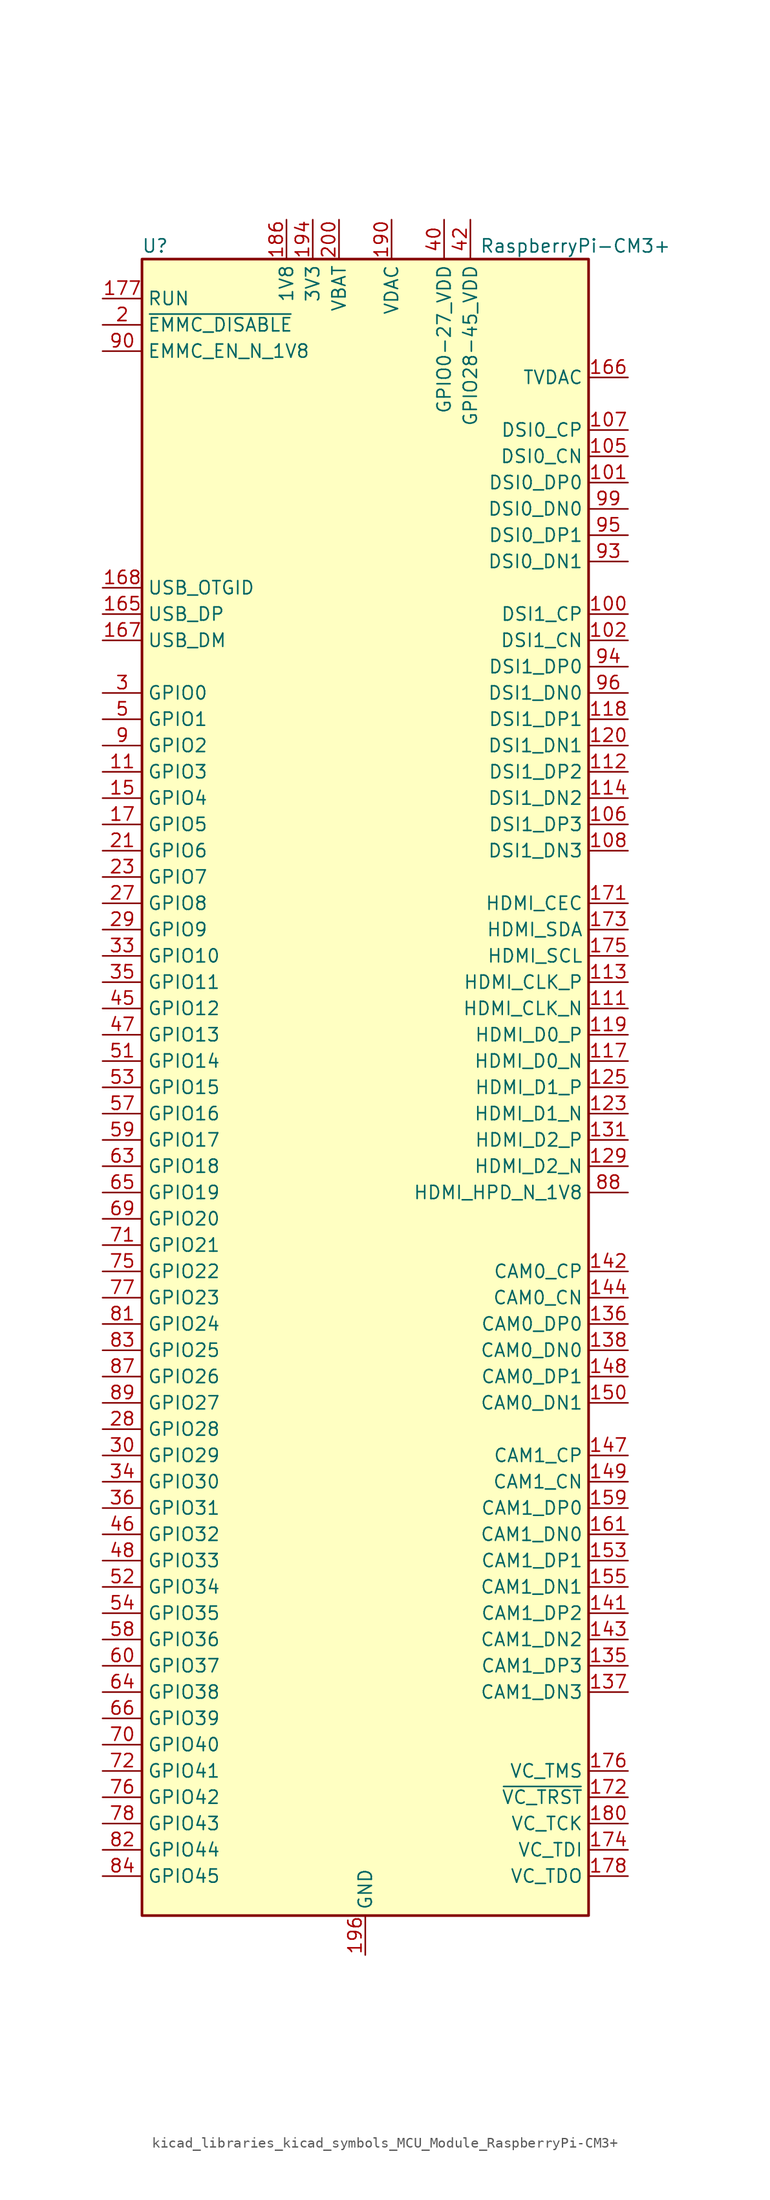
<source format=kicad_sym>
(kicad_symbol_lib
  (version 20220914)
  (generator kicad_symbol_editor)
  (symbol "kicad_libraries_kicad_symbols_MCU_Module_RaspberryPi-CM3+"
    (property "Reference" "U"
      (at -20.32 81.28 0)
      (effects (font (size 1.27 1.27))))
    (property "Value" "RaspberryPi-CM3+"
      (at 20.32 81.28 0)
      (effects (font (size 1.27 1.27))))
    (symbol "kicad_libraries_kicad_symbols_MCU_Module_RaspberryPi-CM3+_0_1"
      (rectangle (start -21.59 80.01) (end 21.59 -80.01) (stroke (width 0.254) (type default)) (fill (type background))))
    (symbol "kicad_libraries_kicad_symbols_MCU_Module_RaspberryPi-CM3+_1_1"
      (pin passive line (at 0 -83.82 90) (length 3.81) hide (name "GND" (effects (font (size 1.27 1.27)))) (number "1" (effects (font (size 1.27 1.27)))))
      (pin no_connect line (at -20.32 66.04 0) (length 2.54) hide (name "NC" (effects (font (size 1.27 1.27)))) (number "10" (effects (font (size 1.27 1.27)))))
      (pin output line (at 25.4 45.72 180) (length 3.81) (name "DSI1_CP" (effects (font (size 1.27 1.27)))) (number "100" (effects (font (size 1.27 1.27)))))
      (pin output line (at 25.4 58.42 180) (length 3.81) (name "DSI0_DP0" (effects (font (size 1.27 1.27)))) (number "101" (effects (font (size 1.27 1.27)))))
      (pin output line (at 25.4 43.18 180) (length 3.81) (name "DSI1_CN" (effects (font (size 1.27 1.27)))) (number "102" (effects (font (size 1.27 1.27)))))
      (pin passive line (at 0 -83.82 90) (length 3.81) hide (name "GND" (effects (font (size 1.27 1.27)))) (number "103" (effects (font (size 1.27 1.27)))))
      (pin passive line (at 0 -83.82 90) (length 3.81) hide (name "GND" (effects (font (size 1.27 1.27)))) (number "104" (effects (font (size 1.27 1.27)))))
      (pin output line (at 25.4 60.96 180) (length 3.81) (name "DSI0_CN" (effects (font (size 1.27 1.27)))) (number "105" (effects (font (size 1.27 1.27)))))
      (pin output line (at 25.4 25.4 180) (length 3.81) (name "DSI1_DP3" (effects (font (size 1.27 1.27)))) (number "106" (effects (font (size 1.27 1.27)))))
      (pin output line (at 25.4 63.5 180) (length 3.81) (name "DSI0_CP" (effects (font (size 1.27 1.27)))) (number "107" (effects (font (size 1.27 1.27)))))
      (pin output line (at 25.4 22.86 180) (length 3.81) (name "DSI1_DN3" (effects (font (size 1.27 1.27)))) (number "108" (effects (font (size 1.27 1.27)))))
      (pin passive line (at 0 -83.82 90) (length 3.81) hide (name "GND" (effects (font (size 1.27 1.27)))) (number "109" (effects (font (size 1.27 1.27)))))
      (pin bidirectional line (at -25.4 30.48 0) (length 3.81) (name "GPIO3" (effects (font (size 1.27 1.27)))) (number "11" (effects (font (size 1.27 1.27)))))
      (pin passive line (at 0 -83.82 90) (length 3.81) hide (name "GND" (effects (font (size 1.27 1.27)))) (number "110" (effects (font (size 1.27 1.27)))))
      (pin output line (at 25.4 7.62 180) (length 3.81) (name "HDMI_CLK_N" (effects (font (size 1.27 1.27)))) (number "111" (effects (font (size 1.27 1.27)))))
      (pin output line (at 25.4 30.48 180) (length 3.81) (name "DSI1_DP2" (effects (font (size 1.27 1.27)))) (number "112" (effects (font (size 1.27 1.27)))))
      (pin output line (at 25.4 10.16 180) (length 3.81) (name "HDMI_CLK_P" (effects (font (size 1.27 1.27)))) (number "113" (effects (font (size 1.27 1.27)))))
      (pin output line (at 25.4 27.94 180) (length 3.81) (name "DSI1_DN2" (effects (font (size 1.27 1.27)))) (number "114" (effects (font (size 1.27 1.27)))))
      (pin passive line (at 0 -83.82 90) (length 3.81) hide (name "GND" (effects (font (size 1.27 1.27)))) (number "115" (effects (font (size 1.27 1.27)))))
      (pin passive line (at 0 -83.82 90) (length 3.81) hide (name "GND" (effects (font (size 1.27 1.27)))) (number "116" (effects (font (size 1.27 1.27)))))
      (pin output line (at 25.4 2.54 180) (length 3.81) (name "HDMI_D0_N" (effects (font (size 1.27 1.27)))) (number "117" (effects (font (size 1.27 1.27)))))
      (pin output line (at 25.4 35.56 180) (length 3.81) (name "DSI1_DP1" (effects (font (size 1.27 1.27)))) (number "118" (effects (font (size 1.27 1.27)))))
      (pin output line (at 25.4 5.08 180) (length 3.81) (name "HDMI_D0_P" (effects (font (size 1.27 1.27)))) (number "119" (effects (font (size 1.27 1.27)))))
      (pin no_connect line (at -20.32 63.5 0) (length 2.54) hide (name "NC" (effects (font (size 1.27 1.27)))) (number "12" (effects (font (size 1.27 1.27)))))
      (pin output line (at 25.4 33.02 180) (length 3.81) (name "DSI1_DN1" (effects (font (size 1.27 1.27)))) (number "120" (effects (font (size 1.27 1.27)))))
      (pin passive line (at 0 -83.82 90) (length 3.81) hide (name "GND" (effects (font (size 1.27 1.27)))) (number "121" (effects (font (size 1.27 1.27)))))
      (pin passive line (at 0 -83.82 90) (length 3.81) hide (name "GND" (effects (font (size 1.27 1.27)))) (number "122" (effects (font (size 1.27 1.27)))))
      (pin output line (at 25.4 -2.54 180) (length 3.81) (name "HDMI_D1_N" (effects (font (size 1.27 1.27)))) (number "123" (effects (font (size 1.27 1.27)))))
      (pin no_connect line (at 20.32 76.2 180) (length 2.54) hide (name "NC" (effects (font (size 1.27 1.27)))) (number "124" (effects (font (size 1.27 1.27)))))
      (pin output line (at 25.4 0 180) (length 3.81) (name "HDMI_D1_P" (effects (font (size 1.27 1.27)))) (number "125" (effects (font (size 1.27 1.27)))))
      (pin no_connect line (at 20.32 73.66 180) (length 2.54) hide (name "NC" (effects (font (size 1.27 1.27)))) (number "126" (effects (font (size 1.27 1.27)))))
      (pin passive line (at 0 -83.82 90) (length 3.81) hide (name "GND" (effects (font (size 1.27 1.27)))) (number "127" (effects (font (size 1.27 1.27)))))
      (pin no_connect line (at 20.32 71.12 180) (length 2.54) hide (name "NC" (effects (font (size 1.27 1.27)))) (number "128" (effects (font (size 1.27 1.27)))))
      (pin output line (at 25.4 -7.62 180) (length 3.81) (name "HDMI_D2_N" (effects (font (size 1.27 1.27)))) (number "129" (effects (font (size 1.27 1.27)))))
      (pin passive line (at 0 -83.82 90) (length 3.81) hide (name "GND" (effects (font (size 1.27 1.27)))) (number "13" (effects (font (size 1.27 1.27)))))
      (pin no_connect line (at 20.32 66.04 180) (length 2.54) hide (name "NC" (effects (font (size 1.27 1.27)))) (number "130" (effects (font (size 1.27 1.27)))))
      (pin output line (at 25.4 -5.08 180) (length 3.81) (name "HDMI_D2_P" (effects (font (size 1.27 1.27)))) (number "131" (effects (font (size 1.27 1.27)))))
      (pin no_connect line (at 20.32 48.26 180) (length 2.54) hide (name "NC" (effects (font (size 1.27 1.27)))) (number "132" (effects (font (size 1.27 1.27)))))
      (pin passive line (at 0 -83.82 90) (length 3.81) hide (name "GND" (effects (font (size 1.27 1.27)))) (number "133" (effects (font (size 1.27 1.27)))))
      (pin passive line (at 0 -83.82 90) (length 3.81) hide (name "GND" (effects (font (size 1.27 1.27)))) (number "134" (effects (font (size 1.27 1.27)))))
      (pin input line (at 25.4 -55.88 180) (length 3.81) (name "CAM1_DP3" (effects (font (size 1.27 1.27)))) (number "135" (effects (font (size 1.27 1.27)))))
      (pin input line (at 25.4 -22.86 180) (length 3.81) (name "CAM0_DP0" (effects (font (size 1.27 1.27)))) (number "136" (effects (font (size 1.27 1.27)))))
      (pin input line (at 25.4 -58.42 180) (length 3.81) (name "CAM1_DN3" (effects (font (size 1.27 1.27)))) (number "137" (effects (font (size 1.27 1.27)))))
      (pin input line (at 25.4 -25.4 180) (length 3.81) (name "CAM0_DN0" (effects (font (size 1.27 1.27)))) (number "138" (effects (font (size 1.27 1.27)))))
      (pin passive line (at 0 -83.82 90) (length 3.81) hide (name "GND" (effects (font (size 1.27 1.27)))) (number "139" (effects (font (size 1.27 1.27)))))
      (pin passive line (at 0 -83.82 90) (length 3.81) hide (name "GND" (effects (font (size 1.27 1.27)))) (number "14" (effects (font (size 1.27 1.27)))))
      (pin passive line (at 0 -83.82 90) (length 3.81) hide (name "GND" (effects (font (size 1.27 1.27)))) (number "140" (effects (font (size 1.27 1.27)))))
      (pin input line (at 25.4 -50.8 180) (length 3.81) (name "CAM1_DP2" (effects (font (size 1.27 1.27)))) (number "141" (effects (font (size 1.27 1.27)))))
      (pin input line (at 25.4 -17.78 180) (length 3.81) (name "CAM0_CP" (effects (font (size 1.27 1.27)))) (number "142" (effects (font (size 1.27 1.27)))))
      (pin input line (at 25.4 -53.34 180) (length 3.81) (name "CAM1_DN2" (effects (font (size 1.27 1.27)))) (number "143" (effects (font (size 1.27 1.27)))))
      (pin input line (at 25.4 -20.32 180) (length 3.81) (name "CAM0_CN" (effects (font (size 1.27 1.27)))) (number "144" (effects (font (size 1.27 1.27)))))
      (pin passive line (at 0 -83.82 90) (length 3.81) hide (name "GND" (effects (font (size 1.27 1.27)))) (number "145" (effects (font (size 1.27 1.27)))))
      (pin passive line (at 0 -83.82 90) (length 3.81) hide (name "GND" (effects (font (size 1.27 1.27)))) (number "146" (effects (font (size 1.27 1.27)))))
      (pin input line (at 25.4 -35.56 180) (length 3.81) (name "CAM1_CP" (effects (font (size 1.27 1.27)))) (number "147" (effects (font (size 1.27 1.27)))))
      (pin input line (at 25.4 -27.94 180) (length 3.81) (name "CAM0_DP1" (effects (font (size 1.27 1.27)))) (number "148" (effects (font (size 1.27 1.27)))))
      (pin input line (at 25.4 -38.1 180) (length 3.81) (name "CAM1_CN" (effects (font (size 1.27 1.27)))) (number "149" (effects (font (size 1.27 1.27)))))
      (pin bidirectional line (at -25.4 27.94 0) (length 3.81) (name "GPIO4" (effects (font (size 1.27 1.27)))) (number "15" (effects (font (size 1.27 1.27)))))
      (pin input line (at 25.4 -30.48 180) (length 3.81) (name "CAM0_DN1" (effects (font (size 1.27 1.27)))) (number "150" (effects (font (size 1.27 1.27)))))
      (pin passive line (at 0 -83.82 90) (length 3.81) hide (name "GND" (effects (font (size 1.27 1.27)))) (number "151" (effects (font (size 1.27 1.27)))))
      (pin passive line (at 0 -83.82 90) (length 3.81) hide (name "GND" (effects (font (size 1.27 1.27)))) (number "152" (effects (font (size 1.27 1.27)))))
      (pin input line (at 25.4 -45.72 180) (length 3.81) (name "CAM1_DP1" (effects (font (size 1.27 1.27)))) (number "153" (effects (font (size 1.27 1.27)))))
      (pin no_connect line (at 20.32 -15.24 180) (length 2.54) hide (name "NC" (effects (font (size 1.27 1.27)))) (number "154" (effects (font (size 1.27 1.27)))))
      (pin input line (at 25.4 -48.26 180) (length 3.81) (name "CAM1_DN1" (effects (font (size 1.27 1.27)))) (number "155" (effects (font (size 1.27 1.27)))))
      (pin no_connect line (at 20.32 -12.7 180) (length 2.54) hide (name "NC" (effects (font (size 1.27 1.27)))) (number "156" (effects (font (size 1.27 1.27)))))
      (pin passive line (at 0 -83.82 90) (length 3.81) hide (name "GND" (effects (font (size 1.27 1.27)))) (number "157" (effects (font (size 1.27 1.27)))))
      (pin no_connect line (at 20.32 20.32 180) (length 2.54) hide (name "NC" (effects (font (size 1.27 1.27)))) (number "158" (effects (font (size 1.27 1.27)))))
      (pin input line (at 25.4 -40.64 180) (length 3.81) (name "CAM1_DP0" (effects (font (size 1.27 1.27)))) (number "159" (effects (font (size 1.27 1.27)))))
      (pin no_connect line (at -20.32 60.96 0) (length 2.54) hide (name "NC" (effects (font (size 1.27 1.27)))) (number "16" (effects (font (size 1.27 1.27)))))
      (pin no_connect line (at 20.32 -60.96 180) (length 2.54) hide (name "NC" (effects (font (size 1.27 1.27)))) (number "160" (effects (font (size 1.27 1.27)))))
      (pin input line (at 25.4 -43.18 180) (length 3.81) (name "CAM1_DN0" (effects (font (size 1.27 1.27)))) (number "161" (effects (font (size 1.27 1.27)))))
      (pin no_connect line (at 20.32 -63.5 180) (length 2.54) hide (name "NC" (effects (font (size 1.27 1.27)))) (number "162" (effects (font (size 1.27 1.27)))))
      (pin passive line (at 0 -83.82 90) (length 3.81) hide (name "GND" (effects (font (size 1.27 1.27)))) (number "163" (effects (font (size 1.27 1.27)))))
      (pin passive line (at 0 -83.82 90) (length 3.81) hide (name "GND" (effects (font (size 1.27 1.27)))) (number "164" (effects (font (size 1.27 1.27)))))
      (pin bidirectional line (at -25.4 45.72 0) (length 3.81) (name "USB_DP" (effects (font (size 1.27 1.27)))) (number "165" (effects (font (size 1.27 1.27)))))
      (pin output line (at 25.4 68.58 180) (length 3.81) (name "TVDAC" (effects (font (size 1.27 1.27)))) (number "166" (effects (font (size 1.27 1.27)))))
      (pin bidirectional line (at -25.4 43.18 0) (length 3.81) (name "USB_DM" (effects (font (size 1.27 1.27)))) (number "167" (effects (font (size 1.27 1.27)))))
      (pin passive line (at -25.4 48.26 0) (length 3.81) (name "USB_OTGID" (effects (font (size 1.27 1.27)))) (number "168" (effects (font (size 1.27 1.27)))))
      (pin passive line (at 0 -83.82 90) (length 3.81) hide (name "GND" (effects (font (size 1.27 1.27)))) (number "169" (effects (font (size 1.27 1.27)))))
      (pin bidirectional line (at -25.4 25.4 0) (length 3.81) (name "GPIO5" (effects (font (size 1.27 1.27)))) (number "17" (effects (font (size 1.27 1.27)))))
      (pin passive line (at 0 -83.82 90) (length 3.81) hide (name "GND" (effects (font (size 1.27 1.27)))) (number "170" (effects (font (size 1.27 1.27)))))
      (pin bidirectional line (at 25.4 17.78 180) (length 3.81) (name "HDMI_CEC" (effects (font (size 1.27 1.27)))) (number "171" (effects (font (size 1.27 1.27)))))
      (pin input line (at 25.4 -68.58 180) (length 3.81) (name "~{VC_TRST}" (effects (font (size 1.27 1.27)))) (number "172" (effects (font (size 1.27 1.27)))))
      (pin bidirectional line (at 25.4 15.24 180) (length 3.81) (name "HDMI_SDA" (effects (font (size 1.27 1.27)))) (number "173" (effects (font (size 1.27 1.27)))))
      (pin input line (at 25.4 -73.66 180) (length 3.81) (name "VC_TDI" (effects (font (size 1.27 1.27)))) (number "174" (effects (font (size 1.27 1.27)))))
      (pin bidirectional line (at 25.4 12.7 180) (length 3.81) (name "HDMI_SCL" (effects (font (size 1.27 1.27)))) (number "175" (effects (font (size 1.27 1.27)))))
      (pin input line (at 25.4 -66.04 180) (length 3.81) (name "VC_TMS" (effects (font (size 1.27 1.27)))) (number "176" (effects (font (size 1.27 1.27)))))
      (pin input line (at -25.4 76.2 0) (length 3.81) (name "RUN" (effects (font (size 1.27 1.27)))) (number "177" (effects (font (size 1.27 1.27)))))
      (pin output line (at 25.4 -76.2 180) (length 3.81) (name "VC_TDO" (effects (font (size 1.27 1.27)))) (number "178" (effects (font (size 1.27 1.27)))))
      (pin no_connect line (at 0 78.74 270) (length 2.54) hide (name "VDD_CORE_(DO_NOT_CONNECT)" (effects (font (size 1.27 1.27)))) (number "179" (effects (font (size 1.27 1.27)))))
      (pin no_connect line (at -20.32 58.42 0) (length 2.54) hide (name "NC" (effects (font (size 1.27 1.27)))) (number "18" (effects (font (size 1.27 1.27)))))
      (pin input line (at 25.4 -71.12 180) (length 3.81) (name "VC_TCK" (effects (font (size 1.27 1.27)))) (number "180" (effects (font (size 1.27 1.27)))))
      (pin passive line (at 0 -83.82 90) (length 3.81) hide (name "GND" (effects (font (size 1.27 1.27)))) (number "181" (effects (font (size 1.27 1.27)))))
      (pin passive line (at 0 -83.82 90) (length 3.81) hide (name "GND" (effects (font (size 1.27 1.27)))) (number "182" (effects (font (size 1.27 1.27)))))
      (pin passive line (at -7.62 83.82 270) (length 3.81) hide (name "1V8" (effects (font (size 1.27 1.27)))) (number "183" (effects (font (size 1.27 1.27)))))
      (pin passive line (at -7.62 83.82 270) (length 3.81) hide (name "1V8" (effects (font (size 1.27 1.27)))) (number "184" (effects (font (size 1.27 1.27)))))
      (pin passive line (at -7.62 83.82 270) (length 3.81) hide (name "1V8" (effects (font (size 1.27 1.27)))) (number "185" (effects (font (size 1.27 1.27)))))
      (pin power_in line (at -7.62 83.82 270) (length 3.81) (name "1V8" (effects (font (size 1.27 1.27)))) (number "186" (effects (font (size 1.27 1.27)))))
      (pin passive line (at 0 -83.82 90) (length 3.81) hide (name "GND" (effects (font (size 1.27 1.27)))) (number "187" (effects (font (size 1.27 1.27)))))
      (pin passive line (at 0 -83.82 90) (length 3.81) hide (name "GND" (effects (font (size 1.27 1.27)))) (number "188" (effects (font (size 1.27 1.27)))))
      (pin passive line (at 2.54 83.82 270) (length 3.81) hide (name "VDAC" (effects (font (size 1.27 1.27)))) (number "189" (effects (font (size 1.27 1.27)))))
      (pin passive line (at 0 -83.82 90) (length 3.81) hide (name "GND" (effects (font (size 1.27 1.27)))) (number "19" (effects (font (size 1.27 1.27)))))
      (pin power_in line (at 2.54 83.82 270) (length 3.81) (name "VDAC" (effects (font (size 1.27 1.27)))) (number "190" (effects (font (size 1.27 1.27)))))
      (pin passive line (at -5.08 83.82 270) (length 3.81) hide (name "3V3" (effects (font (size 1.27 1.27)))) (number "191" (effects (font (size 1.27 1.27)))))
      (pin passive line (at -5.08 83.82 270) (length 3.81) hide (name "3V3" (effects (font (size 1.27 1.27)))) (number "192" (effects (font (size 1.27 1.27)))))
      (pin passive line (at -5.08 83.82 270) (length 3.81) hide (name "3V3" (effects (font (size 1.27 1.27)))) (number "193" (effects (font (size 1.27 1.27)))))
      (pin power_in line (at -5.08 83.82 270) (length 3.81) (name "3V3" (effects (font (size 1.27 1.27)))) (number "194" (effects (font (size 1.27 1.27)))))
      (pin passive line (at 0 -83.82 90) (length 3.81) hide (name "GND" (effects (font (size 1.27 1.27)))) (number "195" (effects (font (size 1.27 1.27)))))
      (pin power_out line (at 0 -83.82 90) (length 3.81) (name "GND" (effects (font (size 1.27 1.27)))) (number "196" (effects (font (size 1.27 1.27)))))
      (pin passive line (at -2.54 83.82 270) (length 3.81) hide (name "VBAT" (effects (font (size 1.27 1.27)))) (number "197" (effects (font (size 1.27 1.27)))))
      (pin passive line (at -2.54 83.82 270) (length 3.81) hide (name "VBAT" (effects (font (size 1.27 1.27)))) (number "198" (effects (font (size 1.27 1.27)))))
      (pin passive line (at -2.54 83.82 270) (length 3.81) hide (name "VBAT" (effects (font (size 1.27 1.27)))) (number "199" (effects (font (size 1.27 1.27)))))
      (pin input line (at -25.4 73.66 0) (length 3.81) (name "~{EMMC_DISABLE}" (effects (font (size 1.27 1.27)))) (number "2" (effects (font (size 1.27 1.27)))))
      (pin passive line (at 0 -83.82 90) (length 3.81) hide (name "GND" (effects (font (size 1.27 1.27)))) (number "20" (effects (font (size 1.27 1.27)))))
      (pin power_in line (at -2.54 83.82 270) (length 3.81) (name "VBAT" (effects (font (size 1.27 1.27)))) (number "200" (effects (font (size 1.27 1.27)))))
      (pin bidirectional line (at -25.4 22.86 0) (length 3.81) (name "GPIO6" (effects (font (size 1.27 1.27)))) (number "21" (effects (font (size 1.27 1.27)))))
      (pin no_connect line (at -20.32 55.88 0) (length 2.54) hide (name "NC" (effects (font (size 1.27 1.27)))) (number "22" (effects (font (size 1.27 1.27)))))
      (pin bidirectional line (at -25.4 20.32 0) (length 3.81) (name "GPIO7" (effects (font (size 1.27 1.27)))) (number "23" (effects (font (size 1.27 1.27)))))
      (pin no_connect line (at -20.32 53.34 0) (length 2.54) hide (name "NC" (effects (font (size 1.27 1.27)))) (number "24" (effects (font (size 1.27 1.27)))))
      (pin passive line (at 0 -83.82 90) (length 3.81) hide (name "GND" (effects (font (size 1.27 1.27)))) (number "25" (effects (font (size 1.27 1.27)))))
      (pin passive line (at 0 -83.82 90) (length 3.81) hide (name "GND" (effects (font (size 1.27 1.27)))) (number "26" (effects (font (size 1.27 1.27)))))
      (pin bidirectional line (at -25.4 17.78 0) (length 3.81) (name "GPIO8" (effects (font (size 1.27 1.27)))) (number "27" (effects (font (size 1.27 1.27)))))
      (pin bidirectional line (at -25.4 -33.02 0) (length 3.81) (name "GPIO28" (effects (font (size 1.27 1.27)))) (number "28" (effects (font (size 1.27 1.27)))))
      (pin bidirectional line (at -25.4 15.24 0) (length 3.81) (name "GPIO9" (effects (font (size 1.27 1.27)))) (number "29" (effects (font (size 1.27 1.27)))))
      (pin bidirectional line (at -25.4 38.1 0) (length 3.81) (name "GPIO0" (effects (font (size 1.27 1.27)))) (number "3" (effects (font (size 1.27 1.27)))))
      (pin bidirectional line (at -25.4 -35.56 0) (length 3.81) (name "GPIO29" (effects (font (size 1.27 1.27)))) (number "30" (effects (font (size 1.27 1.27)))))
      (pin passive line (at 0 -83.82 90) (length 3.81) hide (name "GND" (effects (font (size 1.27 1.27)))) (number "31" (effects (font (size 1.27 1.27)))))
      (pin passive line (at 0 -83.82 90) (length 3.81) hide (name "GND" (effects (font (size 1.27 1.27)))) (number "32" (effects (font (size 1.27 1.27)))))
      (pin bidirectional line (at -25.4 12.7 0) (length 3.81) (name "GPIO10" (effects (font (size 1.27 1.27)))) (number "33" (effects (font (size 1.27 1.27)))))
      (pin bidirectional line (at -25.4 -38.1 0) (length 3.81) (name "GPIO30" (effects (font (size 1.27 1.27)))) (number "34" (effects (font (size 1.27 1.27)))))
      (pin bidirectional line (at -25.4 10.16 0) (length 3.81) (name "GPIO11" (effects (font (size 1.27 1.27)))) (number "35" (effects (font (size 1.27 1.27)))))
      (pin bidirectional line (at -25.4 -40.64 0) (length 3.81) (name "GPIO31" (effects (font (size 1.27 1.27)))) (number "36" (effects (font (size 1.27 1.27)))))
      (pin passive line (at 0 -83.82 90) (length 3.81) hide (name "GND" (effects (font (size 1.27 1.27)))) (number "37" (effects (font (size 1.27 1.27)))))
      (pin passive line (at 0 -83.82 90) (length 3.81) hide (name "GND" (effects (font (size 1.27 1.27)))) (number "38" (effects (font (size 1.27 1.27)))))
      (pin passive line (at 7.62 83.82 270) (length 3.81) hide (name "GPIO0-27_VDD" (effects (font (size 1.27 1.27)))) (number "39" (effects (font (size 1.27 1.27)))))
      (pin no_connect line (at 5.08 78.74 270) (length 2.54) hide (name "NC" (effects (font (size 1.27 1.27)))) (number "4" (effects (font (size 1.27 1.27)))))
      (pin power_in line (at 7.62 83.82 270) (length 3.81) (name "GPIO0-27_VDD" (effects (font (size 1.27 1.27)))) (number "40" (effects (font (size 1.27 1.27)))))
      (pin passive line (at 10.16 83.82 270) (length 3.81) hide (name "GPIO28-45_VDD" (effects (font (size 1.27 1.27)))) (number "41" (effects (font (size 1.27 1.27)))))
      (pin power_in line (at 10.16 83.82 270) (length 3.81) (name "GPIO28-45_VDD" (effects (font (size 1.27 1.27)))) (number "42" (effects (font (size 1.27 1.27)))))
      (pin passive line (at 0 -83.82 90) (length 3.81) hide (name "GND" (effects (font (size 1.27 1.27)))) (number "43" (effects (font (size 1.27 1.27)))))
      (pin passive line (at 0 -83.82 90) (length 3.81) hide (name "GND" (effects (font (size 1.27 1.27)))) (number "44" (effects (font (size 1.27 1.27)))))
      (pin bidirectional line (at -25.4 7.62 0) (length 3.81) (name "GPIO12" (effects (font (size 1.27 1.27)))) (number "45" (effects (font (size 1.27 1.27)))))
      (pin bidirectional line (at -25.4 -43.18 0) (length 3.81) (name "GPIO32" (effects (font (size 1.27 1.27)))) (number "46" (effects (font (size 1.27 1.27)))))
      (pin bidirectional line (at -25.4 5.08 0) (length 3.81) (name "GPIO13" (effects (font (size 1.27 1.27)))) (number "47" (effects (font (size 1.27 1.27)))))
      (pin bidirectional line (at -25.4 -45.72 0) (length 3.81) (name "GPIO33" (effects (font (size 1.27 1.27)))) (number "48" (effects (font (size 1.27 1.27)))))
      (pin passive line (at 0 -83.82 90) (length 3.81) hide (name "GND" (effects (font (size 1.27 1.27)))) (number "49" (effects (font (size 1.27 1.27)))))
      (pin bidirectional line (at -25.4 35.56 0) (length 3.81) (name "GPIO1" (effects (font (size 1.27 1.27)))) (number "5" (effects (font (size 1.27 1.27)))))
      (pin passive line (at 0 -83.82 90) (length 3.81) hide (name "GND" (effects (font (size 1.27 1.27)))) (number "50" (effects (font (size 1.27 1.27)))))
      (pin bidirectional line (at -25.4 2.54 0) (length 3.81) (name "GPIO14" (effects (font (size 1.27 1.27)))) (number "51" (effects (font (size 1.27 1.27)))))
      (pin bidirectional line (at -25.4 -48.26 0) (length 3.81) (name "GPIO34" (effects (font (size 1.27 1.27)))) (number "52" (effects (font (size 1.27 1.27)))))
      (pin bidirectional line (at -25.4 0 0) (length 3.81) (name "GPIO15" (effects (font (size 1.27 1.27)))) (number "53" (effects (font (size 1.27 1.27)))))
      (pin bidirectional line (at -25.4 -50.8 0) (length 3.81) (name "GPIO35" (effects (font (size 1.27 1.27)))) (number "54" (effects (font (size 1.27 1.27)))))
      (pin passive line (at 0 -83.82 90) (length 3.81) hide (name "GND" (effects (font (size 1.27 1.27)))) (number "55" (effects (font (size 1.27 1.27)))))
      (pin passive line (at 0 -83.82 90) (length 3.81) hide (name "GND" (effects (font (size 1.27 1.27)))) (number "56" (effects (font (size 1.27 1.27)))))
      (pin bidirectional line (at -25.4 -2.54 0) (length 3.81) (name "GPIO16" (effects (font (size 1.27 1.27)))) (number "57" (effects (font (size 1.27 1.27)))))
      (pin bidirectional line (at -25.4 -53.34 0) (length 3.81) (name "GPIO36" (effects (font (size 1.27 1.27)))) (number "58" (effects (font (size 1.27 1.27)))))
      (pin bidirectional line (at -25.4 -5.08 0) (length 3.81) (name "GPIO17" (effects (font (size 1.27 1.27)))) (number "59" (effects (font (size 1.27 1.27)))))
      (pin no_connect line (at 12.7 78.74 270) (length 2.54) hide (name "NC" (effects (font (size 1.27 1.27)))) (number "6" (effects (font (size 1.27 1.27)))))
      (pin bidirectional line (at -25.4 -55.88 0) (length 3.81) (name "GPIO37" (effects (font (size 1.27 1.27)))) (number "60" (effects (font (size 1.27 1.27)))))
      (pin passive line (at 0 -83.82 90) (length 3.81) hide (name "GND" (effects (font (size 1.27 1.27)))) (number "61" (effects (font (size 1.27 1.27)))))
      (pin passive line (at 0 -83.82 90) (length 3.81) hide (name "GND" (effects (font (size 1.27 1.27)))) (number "62" (effects (font (size 1.27 1.27)))))
      (pin bidirectional line (at -25.4 -7.62 0) (length 3.81) (name "GPIO18" (effects (font (size 1.27 1.27)))) (number "63" (effects (font (size 1.27 1.27)))))
      (pin bidirectional line (at -25.4 -58.42 0) (length 3.81) (name "GPIO38" (effects (font (size 1.27 1.27)))) (number "64" (effects (font (size 1.27 1.27)))))
      (pin bidirectional line (at -25.4 -10.16 0) (length 3.81) (name "GPIO19" (effects (font (size 1.27 1.27)))) (number "65" (effects (font (size 1.27 1.27)))))
      (pin bidirectional line (at -25.4 -60.96 0) (length 3.81) (name "GPIO39" (effects (font (size 1.27 1.27)))) (number "66" (effects (font (size 1.27 1.27)))))
      (pin passive line (at 0 -83.82 90) (length 3.81) hide (name "GND" (effects (font (size 1.27 1.27)))) (number "67" (effects (font (size 1.27 1.27)))))
      (pin passive line (at 0 -83.82 90) (length 3.81) hide (name "GND" (effects (font (size 1.27 1.27)))) (number "68" (effects (font (size 1.27 1.27)))))
      (pin bidirectional line (at -25.4 -12.7 0) (length 3.81) (name "GPIO20" (effects (font (size 1.27 1.27)))) (number "69" (effects (font (size 1.27 1.27)))))
      (pin passive line (at 0 -83.82 90) (length 3.81) hide (name "GND" (effects (font (size 1.27 1.27)))) (number "7" (effects (font (size 1.27 1.27)))))
      (pin bidirectional line (at -25.4 -63.5 0) (length 3.81) (name "GPIO40" (effects (font (size 1.27 1.27)))) (number "70" (effects (font (size 1.27 1.27)))))
      (pin bidirectional line (at -25.4 -15.24 0) (length 3.81) (name "GPIO21" (effects (font (size 1.27 1.27)))) (number "71" (effects (font (size 1.27 1.27)))))
      (pin bidirectional line (at -25.4 -66.04 0) (length 3.81) (name "GPIO41" (effects (font (size 1.27 1.27)))) (number "72" (effects (font (size 1.27 1.27)))))
      (pin passive line (at 0 -83.82 90) (length 3.81) hide (name "GND" (effects (font (size 1.27 1.27)))) (number "73" (effects (font (size 1.27 1.27)))))
      (pin passive line (at 0 -83.82 90) (length 3.81) hide (name "GND" (effects (font (size 1.27 1.27)))) (number "74" (effects (font (size 1.27 1.27)))))
      (pin bidirectional line (at -25.4 -17.78 0) (length 3.81) (name "GPIO22" (effects (font (size 1.27 1.27)))) (number "75" (effects (font (size 1.27 1.27)))))
      (pin bidirectional line (at -25.4 -68.58 0) (length 3.81) (name "GPIO42" (effects (font (size 1.27 1.27)))) (number "76" (effects (font (size 1.27 1.27)))))
      (pin bidirectional line (at -25.4 -20.32 0) (length 3.81) (name "GPIO23" (effects (font (size 1.27 1.27)))) (number "77" (effects (font (size 1.27 1.27)))))
      (pin bidirectional line (at -25.4 -71.12 0) (length 3.81) (name "GPIO43" (effects (font (size 1.27 1.27)))) (number "78" (effects (font (size 1.27 1.27)))))
      (pin passive line (at 0 -83.82 90) (length 3.81) hide (name "GND" (effects (font (size 1.27 1.27)))) (number "79" (effects (font (size 1.27 1.27)))))
      (pin passive line (at 0 -83.82 90) (length 3.81) hide (name "GND" (effects (font (size 1.27 1.27)))) (number "8" (effects (font (size 1.27 1.27)))))
      (pin passive line (at 0 -83.82 90) (length 3.81) hide (name "GND" (effects (font (size 1.27 1.27)))) (number "80" (effects (font (size 1.27 1.27)))))
      (pin bidirectional line (at -25.4 -22.86 0) (length 3.81) (name "GPIO24" (effects (font (size 1.27 1.27)))) (number "81" (effects (font (size 1.27 1.27)))))
      (pin bidirectional line (at -25.4 -73.66 0) (length 3.81) (name "GPIO44" (effects (font (size 1.27 1.27)))) (number "82" (effects (font (size 1.27 1.27)))))
      (pin bidirectional line (at -25.4 -25.4 0) (length 3.81) (name "GPIO25" (effects (font (size 1.27 1.27)))) (number "83" (effects (font (size 1.27 1.27)))))
      (pin bidirectional line (at -25.4 -76.2 0) (length 3.81) (name "GPIO45" (effects (font (size 1.27 1.27)))) (number "84" (effects (font (size 1.27 1.27)))))
      (pin passive line (at 0 -83.82 90) (length 3.81) hide (name "GND" (effects (font (size 1.27 1.27)))) (number "85" (effects (font (size 1.27 1.27)))))
      (pin passive line (at 0 -83.82 90) (length 3.81) hide (name "GND" (effects (font (size 1.27 1.27)))) (number "86" (effects (font (size 1.27 1.27)))))
      (pin bidirectional line (at -25.4 -27.94 0) (length 3.81) (name "GPIO26" (effects (font (size 1.27 1.27)))) (number "87" (effects (font (size 1.27 1.27)))))
      (pin input line (at 25.4 -10.16 180) (length 3.81) (name "HDMI_HPD_N_1V8" (effects (font (size 1.27 1.27)))) (number "88" (effects (font (size 1.27 1.27)))))
      (pin bidirectional line (at -25.4 -30.48 0) (length 3.81) (name "GPIO27" (effects (font (size 1.27 1.27)))) (number "89" (effects (font (size 1.27 1.27)))))
      (pin bidirectional line (at -25.4 33.02 0) (length 3.81) (name "GPIO2" (effects (font (size 1.27 1.27)))) (number "9" (effects (font (size 1.27 1.27)))))
      (pin output line (at -25.4 71.12 0) (length 3.81) (name "EMMC_EN_N_1V8" (effects (font (size 1.27 1.27)))) (number "90" (effects (font (size 1.27 1.27)))))
      (pin passive line (at 0 -83.82 90) (length 3.81) hide (name "GND" (effects (font (size 1.27 1.27)))) (number "91" (effects (font (size 1.27 1.27)))))
      (pin passive line (at 0 -83.82 90) (length 3.81) hide (name "GND" (effects (font (size 1.27 1.27)))) (number "92" (effects (font (size 1.27 1.27)))))
      (pin output line (at 25.4 50.8 180) (length 3.81) (name "DSI0_DN1" (effects (font (size 1.27 1.27)))) (number "93" (effects (font (size 1.27 1.27)))))
      (pin output line (at 25.4 40.64 180) (length 3.81) (name "DSI1_DP0" (effects (font (size 1.27 1.27)))) (number "94" (effects (font (size 1.27 1.27)))))
      (pin output line (at 25.4 53.34 180) (length 3.81) (name "DSI0_DP1" (effects (font (size 1.27 1.27)))) (number "95" (effects (font (size 1.27 1.27)))))
      (pin output line (at 25.4 38.1 180) (length 3.81) (name "DSI1_DN0" (effects (font (size 1.27 1.27)))) (number "96" (effects (font (size 1.27 1.27)))))
      (pin passive line (at 0 -83.82 90) (length 3.81) hide (name "GND" (effects (font (size 1.27 1.27)))) (number "97" (effects (font (size 1.27 1.27)))))
      (pin passive line (at 0 -83.82 90) (length 3.81) hide (name "GND" (effects (font (size 1.27 1.27)))) (number "98" (effects (font (size 1.27 1.27)))))
      (pin output line (at 25.4 55.88 180) (length 3.81) (name "DSI0_DN0" (effects (font (size 1.27 1.27)))) (number "99" (effects (font (size 1.27 1.27))))))))
</source>
